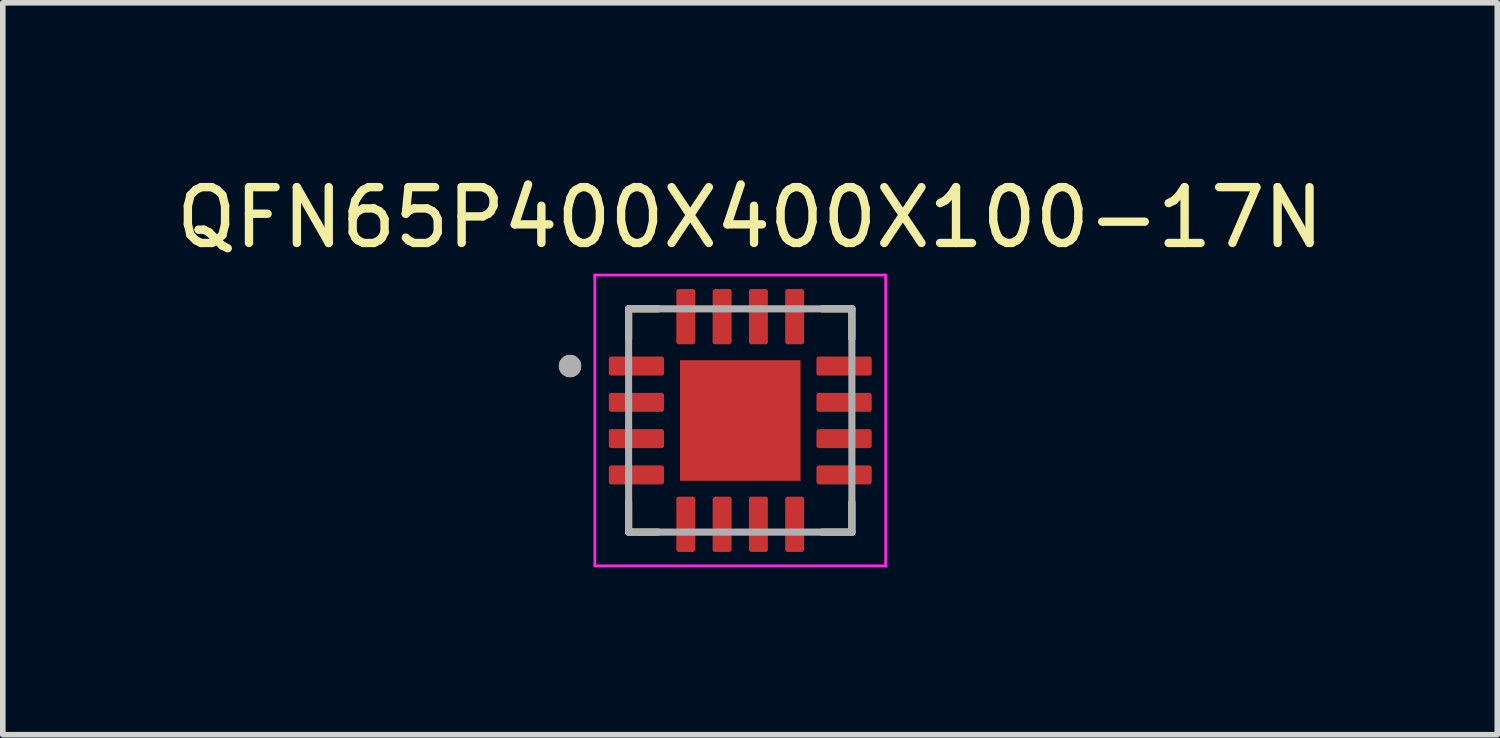
<source format=kicad_pcb>
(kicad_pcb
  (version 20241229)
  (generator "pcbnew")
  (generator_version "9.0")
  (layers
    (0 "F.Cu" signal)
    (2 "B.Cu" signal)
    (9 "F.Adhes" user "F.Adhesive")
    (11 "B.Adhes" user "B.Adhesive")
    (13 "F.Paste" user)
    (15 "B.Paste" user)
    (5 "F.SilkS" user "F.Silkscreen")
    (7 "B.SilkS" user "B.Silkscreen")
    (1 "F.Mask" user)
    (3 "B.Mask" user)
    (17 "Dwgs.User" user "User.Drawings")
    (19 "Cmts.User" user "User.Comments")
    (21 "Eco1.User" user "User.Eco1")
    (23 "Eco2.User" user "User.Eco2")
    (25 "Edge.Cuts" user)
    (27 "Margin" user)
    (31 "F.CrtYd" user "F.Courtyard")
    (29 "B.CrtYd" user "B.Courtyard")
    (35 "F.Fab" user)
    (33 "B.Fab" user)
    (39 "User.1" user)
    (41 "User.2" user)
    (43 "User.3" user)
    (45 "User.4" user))
  (footprint "QFN65P400X400X100-17N"
    (layer "F.Cu")
    (at 10.212 4.483)
    (property "Reference" "QFN65P400X400X100-17N" (at 0.175 -3.635 0) (layer "F.SilkS") (effects (font (size 1 1) (thickness 0.15))))
    (attr smd)
    (fp_line (start -2 -2) (end -2 -1.465) (stroke (width 0.127) (type solid)) (layer "F.SilkS"))
    (fp_line (start -2 -2) (end -1.465 -2) (stroke (width 0.127) (type solid)) (layer "F.SilkS"))
    (fp_line (start -2 2) (end -2 1.465) (stroke (width 0.127) (type solid)) (layer "F.SilkS"))
    (fp_line (start -2 2) (end -1.465 2) (stroke (width 0.127) (type solid)) (layer "F.SilkS"))
    (fp_line (start 2 -2) (end 1.465 -2) (stroke (width 0.127) (type solid)) (layer "F.SilkS"))
    (fp_line (start 2 -2) (end 2 -1.465) (stroke (width 0.127) (type solid)) (layer "F.SilkS"))
    (fp_line (start 2 2) (end 1.465 2) (stroke (width 0.127) (type solid)) (layer "F.SilkS"))
    (fp_line (start 2 2) (end 2 1.465) (stroke (width 0.127) (type solid)) (layer "F.SilkS"))
    (fp_circle (center -3.05 -0.975) (end -2.95 -0.975) (stroke (width 0.2) (type solid)) (fill no) (layer "F.SilkS"))
    (fp_poly (pts (xy -0.68 -0.68) (xy 0.68 -0.68) (xy 0.68 0.68) (xy -0.68 0.68)) (stroke (width 0.01) (type solid)) (fill yes) (layer "F.Paste"))
    (fp_line (start -2.605 -2.605) (end 2.605 -2.605) (stroke (width 0.05) (type solid)) (layer "F.CrtYd"))
    (fp_line (start -2.605 2.605) (end -2.605 -2.605) (stroke (width 0.05) (type solid)) (layer "F.CrtYd"))
    (fp_line (start -2.605 2.605) (end 2.605 2.605) (stroke (width 0.05) (type solid)) (layer "F.CrtYd"))
    (fp_line (start 2.605 2.605) (end 2.605 -2.605) (stroke (width 0.05) (type solid)) (layer "F.CrtYd"))
    (fp_line (start -2 2) (end -2 -2) (stroke (width 0.127) (type solid)) (layer "F.Fab"))
    (fp_line (start 2 -2) (end -2 -2) (stroke (width 0.127) (type solid)) (layer "F.Fab"))
    (fp_line (start 2 2) (end -2 2) (stroke (width 0.127) (type solid)) (layer "F.Fab"))
    (fp_line (start 2 2) (end 2 -2) (stroke (width 0.127) (type solid)) (layer "F.Fab"))
    (fp_circle (center -3.05 -0.975) (end -2.95 -0.975) (stroke (width 0.2) (type solid)) (fill no) (layer "F.Fab"))
    (pad "1" smd roundrect (at -1.86 -0.975) (size 0.99 0.34) (layers "F.Cu" "F.Mask" "F.Paste") (roundrect_rratio 0.125))
    (pad "2" smd roundrect (at -1.86 -0.325) (size 0.99 0.34) (layers "F.Cu" "F.Mask" "F.Paste") (roundrect_rratio 0.125))
    (pad "3" smd roundrect (at -1.86 0.325) (size 0.99 0.34) (layers "F.Cu" "F.Mask" "F.Paste") (roundrect_rratio 0.125))
    (pad "4" smd roundrect (at -1.86 0.975) (size 0.99 0.34) (layers "F.Cu" "F.Mask" "F.Paste") (roundrect_rratio 0.125))
    (pad "5" smd roundrect (at -0.975 1.86) (size 0.34 0.99) (layers "F.Cu" "F.Mask" "F.Paste") (roundrect_rratio 0.125))
    (pad "6" smd roundrect (at -0.325 1.86) (size 0.34 0.99) (layers "F.Cu" "F.Mask" "F.Paste") (roundrect_rratio 0.125))
    (pad "7" smd roundrect (at 0.325 1.86) (size 0.34 0.99) (layers "F.Cu" "F.Mask" "F.Paste") (roundrect_rratio 0.125))
    (pad "8" smd roundrect (at 0.975 1.86) (size 0.34 0.99) (layers "F.Cu" "F.Mask" "F.Paste") (roundrect_rratio 0.125))
    (pad "9" smd roundrect (at 1.86 0.975) (size 0.99 0.34) (layers "F.Cu" "F.Mask" "F.Paste") (roundrect_rratio 0.125))
    (pad "10" smd roundrect (at 1.86 0.325) (size 0.99 0.34) (layers "F.Cu" "F.Mask" "F.Paste") (roundrect_rratio 0.125))
    (pad "11" smd roundrect (at 1.86 -0.325) (size 0.99 0.34) (layers "F.Cu" "F.Mask" "F.Paste") (roundrect_rratio 0.125))
    (pad "12" smd roundrect (at 1.86 -0.975) (size 0.99 0.34) (layers "F.Cu" "F.Mask" "F.Paste") (roundrect_rratio 0.125))
    (pad "13" smd roundrect (at 0.975 -1.86) (size 0.34 0.99) (layers "F.Cu" "F.Mask" "F.Paste") (roundrect_rratio 0.125))
    (pad "14" smd roundrect (at 0.325 -1.86) (size 0.34 0.99) (layers "F.Cu" "F.Mask" "F.Paste") (roundrect_rratio 0.125))
    (pad "15" smd roundrect (at -0.325 -1.86) (size 0.34 0.99) (layers "F.Cu" "F.Mask" "F.Paste") (roundrect_rratio 0.125))
    (pad "16" smd roundrect (at -0.975 -1.86) (size 0.34 0.99) (layers "F.Cu" "F.Mask" "F.Paste") (roundrect_rratio 0.125))
    (pad "17" smd rect (at 0 0) (size 2.16 2.16) (layers "F.Cu" "F.Mask"))
    (zone (net_name "") (layers "F.Cu" "B.Cu") (hatch full 0.508) (connect_pads) (min_thickness 0.01) (filled_areas_thickness no) (keepout (tracks allowed) (vias not_allowed) (pads allowed) (copperpour allowed) (footprints allowed)) (placement (enabled no)) (fill) (polygon (pts (xy 8.192 2.463) (xy 8.912 2.463) (xy 8.912 3.183) (xy 8.192 3.183)))))
  (gr_rect
    (start -3 -3)
    (end 23.774 10.113)
    (stroke (width 0.1) (type default))
    (fill no)
    (layer "Edge.Cuts")))
</source>
